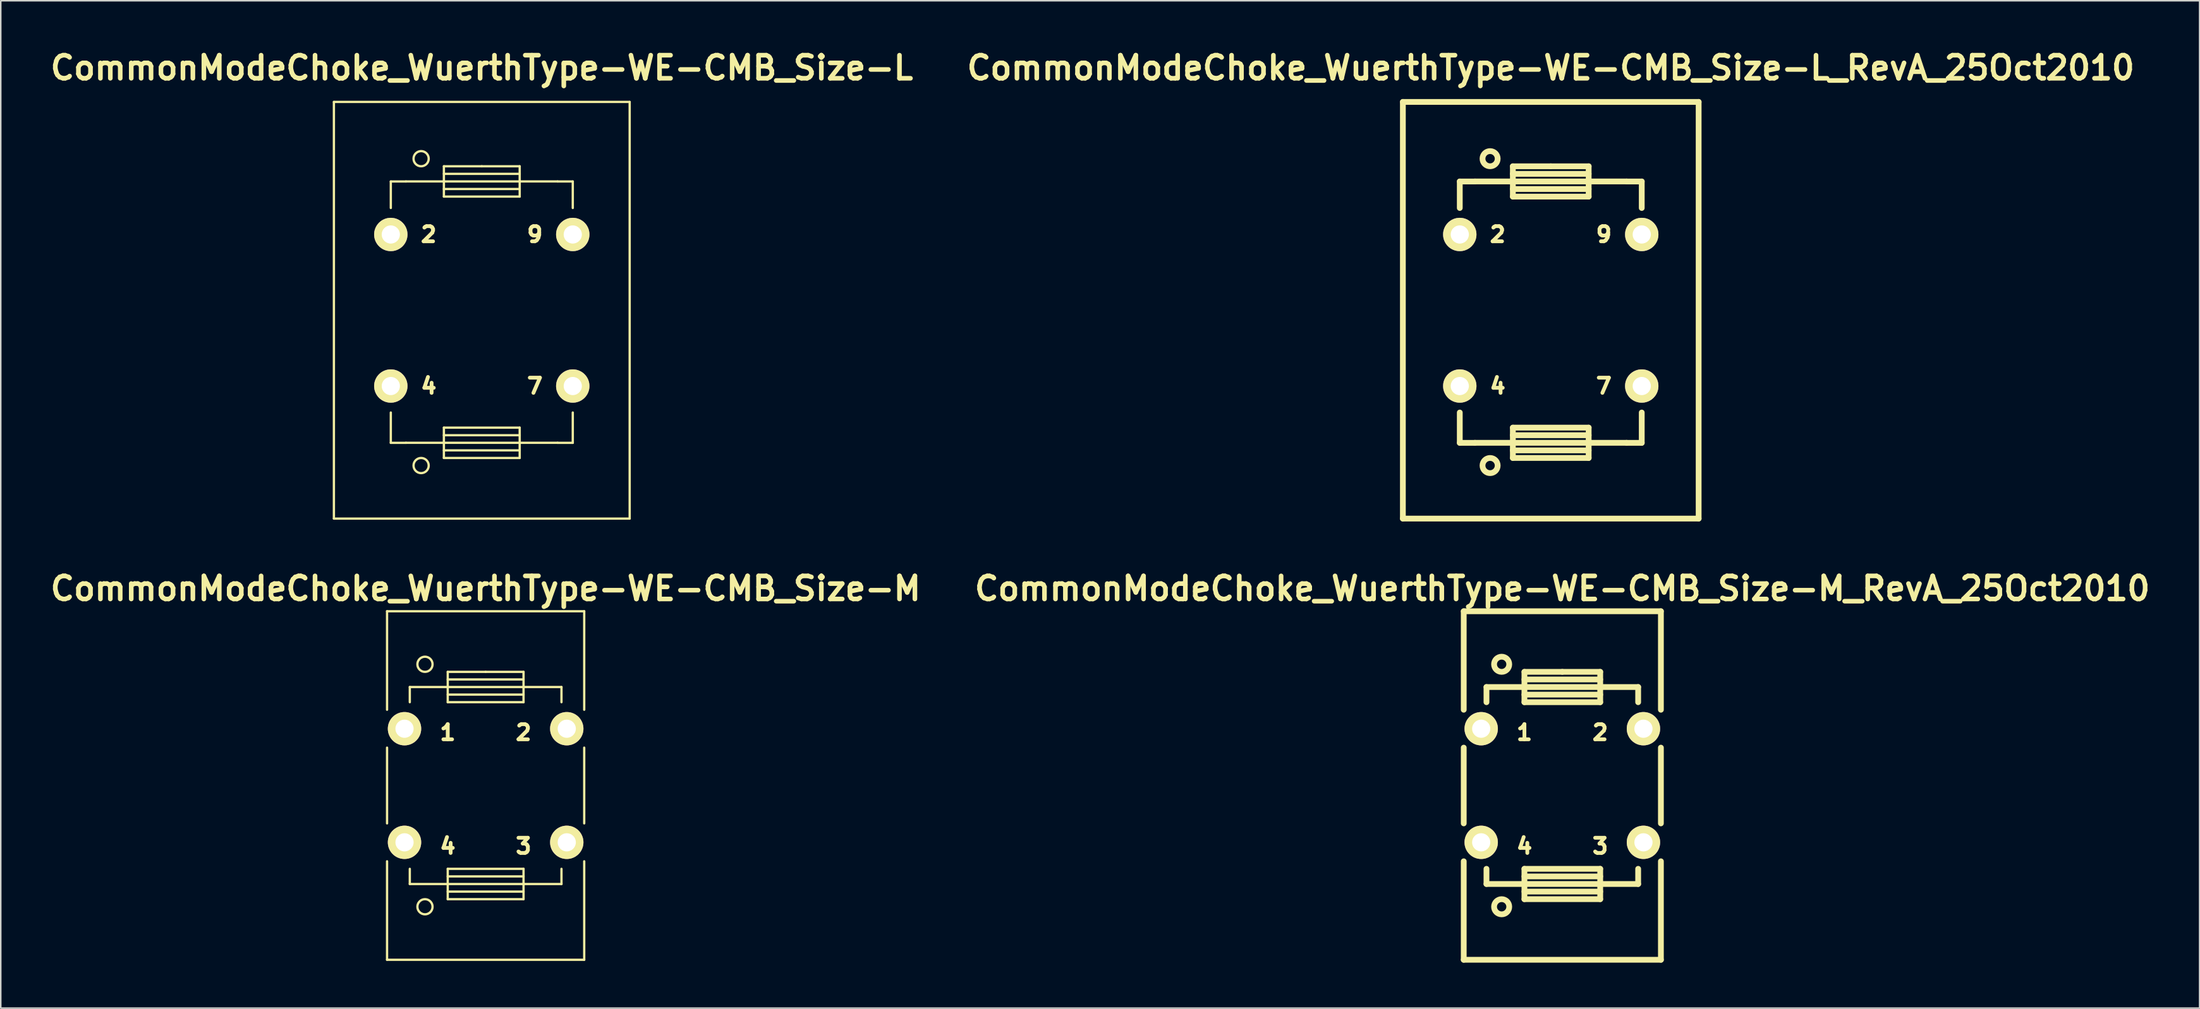
<source format=kicad_pcb>
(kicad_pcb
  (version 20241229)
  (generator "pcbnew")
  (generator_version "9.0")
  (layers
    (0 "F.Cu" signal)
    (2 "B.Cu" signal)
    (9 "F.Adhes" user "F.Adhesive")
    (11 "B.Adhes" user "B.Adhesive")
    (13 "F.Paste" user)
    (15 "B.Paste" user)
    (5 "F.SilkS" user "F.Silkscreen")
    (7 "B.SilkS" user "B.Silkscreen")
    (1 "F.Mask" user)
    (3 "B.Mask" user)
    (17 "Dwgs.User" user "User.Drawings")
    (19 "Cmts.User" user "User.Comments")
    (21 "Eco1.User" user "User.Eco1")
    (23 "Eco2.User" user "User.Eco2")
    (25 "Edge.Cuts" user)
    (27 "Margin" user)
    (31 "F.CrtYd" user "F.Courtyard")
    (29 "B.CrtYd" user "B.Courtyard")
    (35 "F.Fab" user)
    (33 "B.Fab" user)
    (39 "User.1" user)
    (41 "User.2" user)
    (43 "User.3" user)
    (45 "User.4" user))
  (footprint "CommonModeChoke_WuerthType-WE-CMB_Size-L_RevA_25Oct2010"
    (layer "F.Cu")
    (at 99.201 17.426)
    (property "Reference" "CommonModeChoke_WuerthType-WE-CMB_Size-L_RevA_25Oct2010" (at 0 -15.999 0) (layer "F.SilkS") (effects (font (size 1.524 1.524) (thickness 0.305))))
    (attr through_hole)
    (fp_line (start -9.751 -13.749) (end -9.751 13.749) (stroke (width 0.381) (type solid)) (layer "F.SilkS"))
    (fp_line (start -5.999 -8.499) (end -5.999 -6.749) (stroke (width 0.381) (type solid)) (layer "F.SilkS"))
    (fp_line (start -5.999 8.75) (end -5.999 6.749) (stroke (width 0.381) (type solid)) (layer "F.SilkS"))
    (fp_line (start -5.001 -8.499) (end -5.999 -8.499) (stroke (width 0.381) (type solid)) (layer "F.SilkS"))
    (fp_line (start -5.001 8.748) (end -2.499 8.748) (stroke (width 0.381) (type solid)) (layer "F.SilkS"))
    (fp_line (start -5.001 8.75) (end -5.999 8.75) (stroke (width 0.381) (type solid)) (layer "F.SilkS"))
    (fp_line (start -2.499 -9.502) (end 0 -9.502) (stroke (width 0.381) (type solid)) (layer "F.SilkS"))
    (fp_line (start -2.499 -8.501) (end -5.001 -8.501) (stroke (width 0.381) (type solid)) (layer "F.SilkS"))
    (fp_line (start -2.499 -8.501) (end 2.499 -8.501) (stroke (width 0.381) (type solid)) (layer "F.SilkS"))
    (fp_line (start -2.499 -8.001) (end 2.499 -8.001) (stroke (width 0.381) (type solid)) (layer "F.SilkS"))
    (fp_line (start -2.499 -7.501) (end -2.499 -9.502) (stroke (width 0.381) (type solid)) (layer "F.SilkS"))
    (fp_line (start -2.499 7.747) (end 2.499 7.747) (stroke (width 0.381) (type solid)) (layer "F.SilkS"))
    (fp_line (start -2.499 9.248) (end 2.499 9.248) (stroke (width 0.381) (type solid)) (layer "F.SilkS"))
    (fp_line (start -2.499 9.749) (end -2.499 7.747) (stroke (width 0.381) (type solid)) (layer "F.SilkS"))
    (fp_line (start 0 -9.502) (end 2.499 -9.502) (stroke (width 0.381) (type solid)) (layer "F.SilkS"))
    (fp_line (start 2.499 -9.502) (end 2.499 -7.501) (stroke (width 0.381) (type solid)) (layer "F.SilkS"))
    (fp_line (start 2.499 -9.002) (end -2.499 -9.002) (stroke (width 0.381) (type solid)) (layer "F.SilkS"))
    (fp_line (start 2.499 -8.501) (end 5.001 -8.501) (stroke (width 0.381) (type solid)) (layer "F.SilkS"))
    (fp_line (start 2.499 -7.501) (end -2.499 -7.501) (stroke (width 0.381) (type solid)) (layer "F.SilkS"))
    (fp_line (start 2.499 7.747) (end 2.499 9.749) (stroke (width 0.381) (type solid)) (layer "F.SilkS"))
    (fp_line (start 2.499 8.247) (end -2.499 8.247) (stroke (width 0.381) (type solid)) (layer "F.SilkS"))
    (fp_line (start 2.499 8.748) (end -2.499 8.748) (stroke (width 0.381) (type solid)) (layer "F.SilkS"))
    (fp_line (start 2.499 9.749) (end -2.499 9.749) (stroke (width 0.381) (type solid)) (layer "F.SilkS"))
    (fp_line (start 5.001 -8.499) (end 5.999 -8.499) (stroke (width 0.381) (type solid)) (layer "F.SilkS"))
    (fp_line (start 5.001 8.748) (end 2.499 8.748) (stroke (width 0.381) (type solid)) (layer "F.SilkS"))
    (fp_line (start 5.001 8.75) (end 5.999 8.75) (stroke (width 0.381) (type solid)) (layer "F.SilkS"))
    (fp_line (start 5.999 -8.499) (end 5.999 -6.749) (stroke (width 0.381) (type solid)) (layer "F.SilkS"))
    (fp_line (start 5.999 8.75) (end 5.999 6.749) (stroke (width 0.381) (type solid)) (layer "F.SilkS"))
    (fp_line (start 9.751 -13.749) (end -9.751 -13.749) (stroke (width 0.381) (type solid)) (layer "F.SilkS"))
    (fp_line (start 9.751 -13.749) (end 9.751 13.749) (stroke (width 0.381) (type solid)) (layer "F.SilkS"))
    (fp_line (start 9.751 13.749) (end -9.751 13.749) (stroke (width 0.381) (type solid)) (layer "F.SilkS"))
    (fp_circle (center -4 -10.003) (end -3.5 -10.003) (stroke (width 0.381) (type solid)) (fill no) (layer "F.SilkS"))
    (fp_circle (center -4 10.249) (end -3.5 10.249) (stroke (width 0.381) (type solid)) (fill no) (layer "F.SilkS"))
    (fp_text user "9" (at 3.5 -5.001 0) (layer "F.SilkS") (effects (font (size 1.001 1.001) (thickness 0.251))))
    (fp_text user "4" (at -3.5 5.001 0) (layer "F.SilkS") (effects (font (size 1.001 1.001) (thickness 0.251))))
    (fp_text user "2" (at -3.5 -5.001 0) (layer "F.SilkS") (effects (font (size 1.001 1.001) (thickness 0.251))))
    (fp_text user "7" (at 3.5 5.001 0) (layer "F.SilkS") (effects (font (size 1.001 1.001) (thickness 0.251))))
    (pad "2" thru_hole circle (at -5.999 -5.001) (size 2.2 2.2) (drill 1.199) (layers "*.Cu" "*.Mask" "F.SilkS"))
    (pad "4" thru_hole circle (at -5.999 5.001) (size 2.2 2.2) (drill 1.199) (layers "*.Cu" "*.Mask" "F.SilkS"))
    (pad "7" thru_hole circle (at 5.999 5.001) (size 2.2 2.2) (drill 1.199) (layers "*.Cu" "*.Mask" "F.SilkS"))
    (pad "9" thru_hole circle (at 5.999 -5.001) (size 2.2 2.2) (drill 1.199) (layers "*.Cu" "*.Mask" "F.SilkS")))
  (footprint "CommonModeChoke_WuerthType-WE-CMB_Size-M"
    (layer "F.Cu")
    (at 28.971 48.792)
    (property "Reference" "CommonModeChoke_WuerthType-WE-CMB_Size-M" (at 0 -13 0) (layer "F.SilkS") (effects (font (size 1.524 1.524) (thickness 0.305))))
    (attr through_hole)
    (fp_line (start -6.5 -11.501) (end 6.5 -11.501) (stroke (width 0.15) (type solid)) (layer "F.SilkS"))
    (fp_line (start -6.5 -5.001) (end -6.5 -11.501) (stroke (width 0.15) (type solid)) (layer "F.SilkS"))
    (fp_line (start -6.5 2.499) (end -6.5 -2.499) (stroke (width 0.15) (type solid)) (layer "F.SilkS"))
    (fp_line (start -6.5 11.501) (end -6.5 5.001) (stroke (width 0.15) (type solid)) (layer "F.SilkS"))
    (fp_line (start -5.001 -6.5) (end -5.001 -5.499) (stroke (width 0.15) (type solid)) (layer "F.SilkS"))
    (fp_line (start -5.001 5.499) (end -5.001 6.5) (stroke (width 0.15) (type solid)) (layer "F.SilkS"))
    (fp_line (start -5.001 6.5) (end -2.499 6.5) (stroke (width 0.15) (type solid)) (layer "F.SilkS"))
    (fp_line (start -2.499 -7.501) (end 0 -7.501) (stroke (width 0.15) (type solid)) (layer "F.SilkS"))
    (fp_line (start -2.499 -6.5) (end -5.001 -6.5) (stroke (width 0.15) (type solid)) (layer "F.SilkS"))
    (fp_line (start -2.499 -6.5) (end 2.499 -6.5) (stroke (width 0.15) (type solid)) (layer "F.SilkS"))
    (fp_line (start -2.499 -5.999) (end 2.499 -5.999) (stroke (width 0.15) (type solid)) (layer "F.SilkS"))
    (fp_line (start -2.499 -5.499) (end -2.499 -7.501) (stroke (width 0.15) (type solid)) (layer "F.SilkS"))
    (fp_line (start -2.499 5.499) (end 2.499 5.499) (stroke (width 0.15) (type solid)) (layer "F.SilkS"))
    (fp_line (start -2.499 7) (end 2.499 7) (stroke (width 0.15) (type solid)) (layer "F.SilkS"))
    (fp_line (start -2.499 7.501) (end -2.499 5.499) (stroke (width 0.15) (type solid)) (layer "F.SilkS"))
    (fp_line (start 0 -7.501) (end 2.499 -7.501) (stroke (width 0.15) (type solid)) (layer "F.SilkS"))
    (fp_line (start 2.499 -7.501) (end 2.499 -5.499) (stroke (width 0.15) (type solid)) (layer "F.SilkS"))
    (fp_line (start 2.499 -7) (end -2.499 -7) (stroke (width 0.15) (type solid)) (layer "F.SilkS"))
    (fp_line (start 2.499 -6.5) (end 5.001 -6.5) (stroke (width 0.15) (type solid)) (layer "F.SilkS"))
    (fp_line (start 2.499 -5.499) (end -2.499 -5.499) (stroke (width 0.15) (type solid)) (layer "F.SilkS"))
    (fp_line (start 2.499 5.499) (end 2.499 7.501) (stroke (width 0.15) (type solid)) (layer "F.SilkS"))
    (fp_line (start 2.499 5.999) (end -2.499 5.999) (stroke (width 0.15) (type solid)) (layer "F.SilkS"))
    (fp_line (start 2.499 6.5) (end -2.499 6.5) (stroke (width 0.15) (type solid)) (layer "F.SilkS"))
    (fp_line (start 2.499 7.501) (end -2.499 7.501) (stroke (width 0.15) (type solid)) (layer "F.SilkS"))
    (fp_line (start 5.001 -6.5) (end 5.001 -5.499) (stroke (width 0.15) (type solid)) (layer "F.SilkS"))
    (fp_line (start 5.001 5.499) (end 5.001 6.5) (stroke (width 0.15) (type solid)) (layer "F.SilkS"))
    (fp_line (start 5.001 6.5) (end 2.499 6.5) (stroke (width 0.15) (type solid)) (layer "F.SilkS"))
    (fp_line (start 6.5 -11.501) (end 6.5 -5.001) (stroke (width 0.15) (type solid)) (layer "F.SilkS"))
    (fp_line (start 6.5 -2.499) (end 6.5 2.499) (stroke (width 0.15) (type solid)) (layer "F.SilkS"))
    (fp_line (start 6.5 5.001) (end 6.5 11.501) (stroke (width 0.15) (type solid)) (layer "F.SilkS"))
    (fp_line (start 6.5 11.501) (end -6.5 11.501) (stroke (width 0.15) (type solid)) (layer "F.SilkS"))
    (fp_circle (center -4 -8.001) (end -3.5 -8.001) (stroke (width 0.15) (type solid)) (fill no) (layer "F.SilkS"))
    (fp_circle (center -4 8.001) (end -3.5 8.001) (stroke (width 0.15) (type solid)) (fill no) (layer "F.SilkS"))
    (fp_text user "4" (at -2.499 4 0) (layer "F.SilkS") (effects (font (size 1.001 1.001) (thickness 0.251))))
    (fp_text user "1" (at -2.499 -3.5 0) (layer "F.SilkS") (effects (font (size 1.001 1.001) (thickness 0.251))))
    (fp_text user "3" (at 2.499 4 0) (layer "F.SilkS") (effects (font (size 1.001 1.001) (thickness 0.251))))
    (fp_text user "2" (at 2.499 -3.5 0) (layer "F.SilkS") (effects (font (size 1.001 1.001) (thickness 0.251))))
    (pad "1" thru_hole circle (at -5.349 -3.749) (size 2.2 2.2) (drill 1.199) (layers "*.Cu" "*.Mask" "F.SilkS"))
    (pad "2" thru_hole circle (at 5.349 -3.749) (size 2.2 2.2) (drill 1.199) (layers "*.Cu" "*.Mask" "F.SilkS"))
    (pad "3" thru_hole circle (at 5.349 3.749) (size 2.2 2.2) (drill 1.199) (layers "*.Cu" "*.Mask" "F.SilkS"))
    (pad "4" thru_hole circle (at -5.349 3.749) (size 2.2 2.2) (drill 1.199) (layers "*.Cu" "*.Mask" "F.SilkS")))
  (footprint "CommonModeChoke_WuerthType-WE-CMB_Size-L"
    (layer "F.Cu")
    (at 28.717 17.426)
    (property "Reference" "CommonModeChoke_WuerthType-WE-CMB_Size-L" (at 0 -15.999 0) (layer "F.SilkS") (effects (font (size 1.524 1.524) (thickness 0.305))))
    (attr through_hole)
    (fp_line (start -9.751 -13.749) (end -9.751 13.749) (stroke (width 0.15) (type solid)) (layer "F.SilkS"))
    (fp_line (start -5.999 -8.499) (end -5.999 -6.749) (stroke (width 0.15) (type solid)) (layer "F.SilkS"))
    (fp_line (start -5.999 8.75) (end -5.999 6.749) (stroke (width 0.15) (type solid)) (layer "F.SilkS"))
    (fp_line (start -5.001 -8.499) (end -5.999 -8.499) (stroke (width 0.15) (type solid)) (layer "F.SilkS"))
    (fp_line (start -5.001 8.748) (end -2.499 8.748) (stroke (width 0.15) (type solid)) (layer "F.SilkS"))
    (fp_line (start -5.001 8.75) (end -5.999 8.75) (stroke (width 0.15) (type solid)) (layer "F.SilkS"))
    (fp_line (start -2.499 -9.502) (end 0 -9.502) (stroke (width 0.15) (type solid)) (layer "F.SilkS"))
    (fp_line (start -2.499 -8.501) (end -5.001 -8.501) (stroke (width 0.15) (type solid)) (layer "F.SilkS"))
    (fp_line (start -2.499 -8.501) (end 2.499 -8.501) (stroke (width 0.15) (type solid)) (layer "F.SilkS"))
    (fp_line (start -2.499 -8.001) (end 2.499 -8.001) (stroke (width 0.15) (type solid)) (layer "F.SilkS"))
    (fp_line (start -2.499 -7.501) (end -2.499 -9.502) (stroke (width 0.15) (type solid)) (layer "F.SilkS"))
    (fp_line (start -2.499 7.747) (end 2.499 7.747) (stroke (width 0.15) (type solid)) (layer "F.SilkS"))
    (fp_line (start -2.499 9.248) (end 2.499 9.248) (stroke (width 0.15) (type solid)) (layer "F.SilkS"))
    (fp_line (start -2.499 9.749) (end -2.499 7.747) (stroke (width 0.15) (type solid)) (layer "F.SilkS"))
    (fp_line (start 0 -9.502) (end 2.499 -9.502) (stroke (width 0.15) (type solid)) (layer "F.SilkS"))
    (fp_line (start 2.499 -9.502) (end 2.499 -7.501) (stroke (width 0.15) (type solid)) (layer "F.SilkS"))
    (fp_line (start 2.499 -9.002) (end -2.499 -9.002) (stroke (width 0.15) (type solid)) (layer "F.SilkS"))
    (fp_line (start 2.499 -8.501) (end 5.001 -8.501) (stroke (width 0.15) (type solid)) (layer "F.SilkS"))
    (fp_line (start 2.499 -7.501) (end -2.499 -7.501) (stroke (width 0.15) (type solid)) (layer "F.SilkS"))
    (fp_line (start 2.499 7.747) (end 2.499 9.749) (stroke (width 0.15) (type solid)) (layer "F.SilkS"))
    (fp_line (start 2.499 8.247) (end -2.499 8.247) (stroke (width 0.15) (type solid)) (layer "F.SilkS"))
    (fp_line (start 2.499 8.748) (end -2.499 8.748) (stroke (width 0.15) (type solid)) (layer "F.SilkS"))
    (fp_line (start 2.499 9.749) (end -2.499 9.749) (stroke (width 0.15) (type solid)) (layer "F.SilkS"))
    (fp_line (start 5.001 -8.499) (end 5.999 -8.499) (stroke (width 0.15) (type solid)) (layer "F.SilkS"))
    (fp_line (start 5.001 8.748) (end 2.499 8.748) (stroke (width 0.15) (type solid)) (layer "F.SilkS"))
    (fp_line (start 5.001 8.75) (end 5.999 8.75) (stroke (width 0.15) (type solid)) (layer "F.SilkS"))
    (fp_line (start 5.999 -8.499) (end 5.999 -6.749) (stroke (width 0.15) (type solid)) (layer "F.SilkS"))
    (fp_line (start 5.999 8.75) (end 5.999 6.749) (stroke (width 0.15) (type solid)) (layer "F.SilkS"))
    (fp_line (start 9.751 -13.749) (end -9.751 -13.749) (stroke (width 0.15) (type solid)) (layer "F.SilkS"))
    (fp_line (start 9.751 -13.749) (end 9.751 13.749) (stroke (width 0.15) (type solid)) (layer "F.SilkS"))
    (fp_line (start 9.751 13.749) (end -9.751 13.749) (stroke (width 0.15) (type solid)) (layer "F.SilkS"))
    (fp_circle (center -4 -10.003) (end -3.5 -10.003) (stroke (width 0.15) (type solid)) (fill no) (layer "F.SilkS"))
    (fp_circle (center -4 10.249) (end -3.5 10.249) (stroke (width 0.15) (type solid)) (fill no) (layer "F.SilkS"))
    (fp_text user "2" (at -3.5 -5.001 0) (layer "F.SilkS") (effects (font (size 1.001 1.001) (thickness 0.251))))
    (fp_text user "7" (at 3.5 5.001 0) (layer "F.SilkS") (effects (font (size 1.001 1.001) (thickness 0.251))))
    (fp_text user "4" (at -3.5 5.001 0) (layer "F.SilkS") (effects (font (size 1.001 1.001) (thickness 0.251))))
    (fp_text user "9" (at 3.5 -5.001 0) (layer "F.SilkS") (effects (font (size 1.001 1.001) (thickness 0.251))))
    (pad "2" thru_hole circle (at -5.999 -5.001) (size 2.2 2.2) (drill 1.199) (layers "*.Cu" "*.Mask" "F.SilkS"))
    (pad "4" thru_hole circle (at -5.999 5.001) (size 2.2 2.2) (drill 1.199) (layers "*.Cu" "*.Mask" "F.SilkS"))
    (pad "7" thru_hole circle (at 5.999 5.001) (size 2.2 2.2) (drill 1.199) (layers "*.Cu" "*.Mask" "F.SilkS"))
    (pad "9" thru_hole circle (at 5.999 -5.001) (size 2.2 2.2) (drill 1.199) (layers "*.Cu" "*.Mask" "F.SilkS")))
  (footprint "CommonModeChoke_WuerthType-WE-CMB_Size-M_RevA_25Oct2010"
    (layer "F.Cu")
    (at 99.963 48.792)
    (property "Reference" "CommonModeChoke_WuerthType-WE-CMB_Size-M_RevA_25Oct2010" (at 0 -13 0) (layer "F.SilkS") (effects (font (size 1.524 1.524) (thickness 0.305))))
    (attr through_hole)
    (fp_line (start -6.5 -11.501) (end 6.5 -11.501) (stroke (width 0.381) (type solid)) (layer "F.SilkS"))
    (fp_line (start -6.5 -5.001) (end -6.5 -11.501) (stroke (width 0.381) (type solid)) (layer "F.SilkS"))
    (fp_line (start -6.5 2.499) (end -6.5 -2.499) (stroke (width 0.381) (type solid)) (layer "F.SilkS"))
    (fp_line (start -6.5 11.501) (end -6.5 5.001) (stroke (width 0.381) (type solid)) (layer "F.SilkS"))
    (fp_line (start -5.001 -6.5) (end -5.001 -5.499) (stroke (width 0.381) (type solid)) (layer "F.SilkS"))
    (fp_line (start -5.001 5.499) (end -5.001 6.5) (stroke (width 0.381) (type solid)) (layer "F.SilkS"))
    (fp_line (start -5.001 6.5) (end -2.499 6.5) (stroke (width 0.381) (type solid)) (layer "F.SilkS"))
    (fp_line (start -2.499 -7.501) (end 0 -7.501) (stroke (width 0.381) (type solid)) (layer "F.SilkS"))
    (fp_line (start -2.499 -6.5) (end -5.001 -6.5) (stroke (width 0.381) (type solid)) (layer "F.SilkS"))
    (fp_line (start -2.499 -6.5) (end 2.499 -6.5) (stroke (width 0.381) (type solid)) (layer "F.SilkS"))
    (fp_line (start -2.499 -5.999) (end 2.499 -5.999) (stroke (width 0.381) (type solid)) (layer "F.SilkS"))
    (fp_line (start -2.499 -5.499) (end -2.499 -7.501) (stroke (width 0.381) (type solid)) (layer "F.SilkS"))
    (fp_line (start -2.499 5.499) (end 2.499 5.499) (stroke (width 0.381) (type solid)) (layer "F.SilkS"))
    (fp_line (start -2.499 7) (end 2.499 7) (stroke (width 0.381) (type solid)) (layer "F.SilkS"))
    (fp_line (start -2.499 7.501) (end -2.499 5.499) (stroke (width 0.381) (type solid)) (layer "F.SilkS"))
    (fp_line (start 0 -7.501) (end 2.499 -7.501) (stroke (width 0.381) (type solid)) (layer "F.SilkS"))
    (fp_line (start 2.499 -7.501) (end 2.499 -5.499) (stroke (width 0.381) (type solid)) (layer "F.SilkS"))
    (fp_line (start 2.499 -7) (end -2.499 -7) (stroke (width 0.381) (type solid)) (layer "F.SilkS"))
    (fp_line (start 2.499 -6.5) (end 5.001 -6.5) (stroke (width 0.381) (type solid)) (layer "F.SilkS"))
    (fp_line (start 2.499 -5.499) (end -2.499 -5.499) (stroke (width 0.381) (type solid)) (layer "F.SilkS"))
    (fp_line (start 2.499 5.499) (end 2.499 7.501) (stroke (width 0.381) (type solid)) (layer "F.SilkS"))
    (fp_line (start 2.499 5.999) (end -2.499 5.999) (stroke (width 0.381) (type solid)) (layer "F.SilkS"))
    (fp_line (start 2.499 6.5) (end -2.499 6.5) (stroke (width 0.381) (type solid)) (layer "F.SilkS"))
    (fp_line (start 2.499 7.501) (end -2.499 7.501) (stroke (width 0.381) (type solid)) (layer "F.SilkS"))
    (fp_line (start 5.001 -6.5) (end 5.001 -5.499) (stroke (width 0.381) (type solid)) (layer "F.SilkS"))
    (fp_line (start 5.001 5.499) (end 5.001 6.5) (stroke (width 0.381) (type solid)) (layer "F.SilkS"))
    (fp_line (start 5.001 6.5) (end 2.499 6.5) (stroke (width 0.381) (type solid)) (layer "F.SilkS"))
    (fp_line (start 6.5 -11.501) (end 6.5 -5.001) (stroke (width 0.381) (type solid)) (layer "F.SilkS"))
    (fp_line (start 6.5 -2.499) (end 6.5 2.499) (stroke (width 0.381) (type solid)) (layer "F.SilkS"))
    (fp_line (start 6.5 5.001) (end 6.5 11.501) (stroke (width 0.381) (type solid)) (layer "F.SilkS"))
    (fp_line (start 6.5 11.501) (end -6.5 11.501) (stroke (width 0.381) (type solid)) (layer "F.SilkS"))
    (fp_circle (center -4 -8.001) (end -3.5 -8.001) (stroke (width 0.381) (type solid)) (fill no) (layer "F.SilkS"))
    (fp_circle (center -4 8.001) (end -3.5 8.001) (stroke (width 0.381) (type solid)) (fill no) (layer "F.SilkS"))
    (fp_text user "3" (at 2.499 4 0) (layer "F.SilkS") (effects (font (size 1.001 1.001) (thickness 0.251))))
    (fp_text user "2" (at 2.499 -3.5 0) (layer "F.SilkS") (effects (font (size 1.001 1.001) (thickness 0.251))))
    (fp_text user "1" (at -2.499 -3.5 0) (layer "F.SilkS") (effects (font (size 1.001 1.001) (thickness 0.251))))
    (fp_text user "4" (at -2.499 4 0) (layer "F.SilkS") (effects (font (size 1.001 1.001) (thickness 0.251))))
    (pad "1" thru_hole circle (at -5.349 -3.749) (size 2.2 2.2) (drill 1.199) (layers "*.Cu" "*.Mask" "F.SilkS"))
    (pad "2" thru_hole circle (at 5.349 -3.749) (size 2.2 2.2) (drill 1.199) (layers "*.Cu" "*.Mask" "F.SilkS"))
    (pad "3" thru_hole circle (at 5.349 3.749) (size 2.2 2.2) (drill 1.199) (layers "*.Cu" "*.Mask" "F.SilkS"))
    (pad "4" thru_hole circle (at -5.349 3.749) (size 2.2 2.2) (drill 1.199) (layers "*.Cu" "*.Mask" "F.SilkS")))
  (gr_rect
    (start -3 -3)
    (end 141.984 63.483)
    (stroke (width 0.1) (type default))
    (fill no)
    (layer "Edge.Cuts")))
</source>
